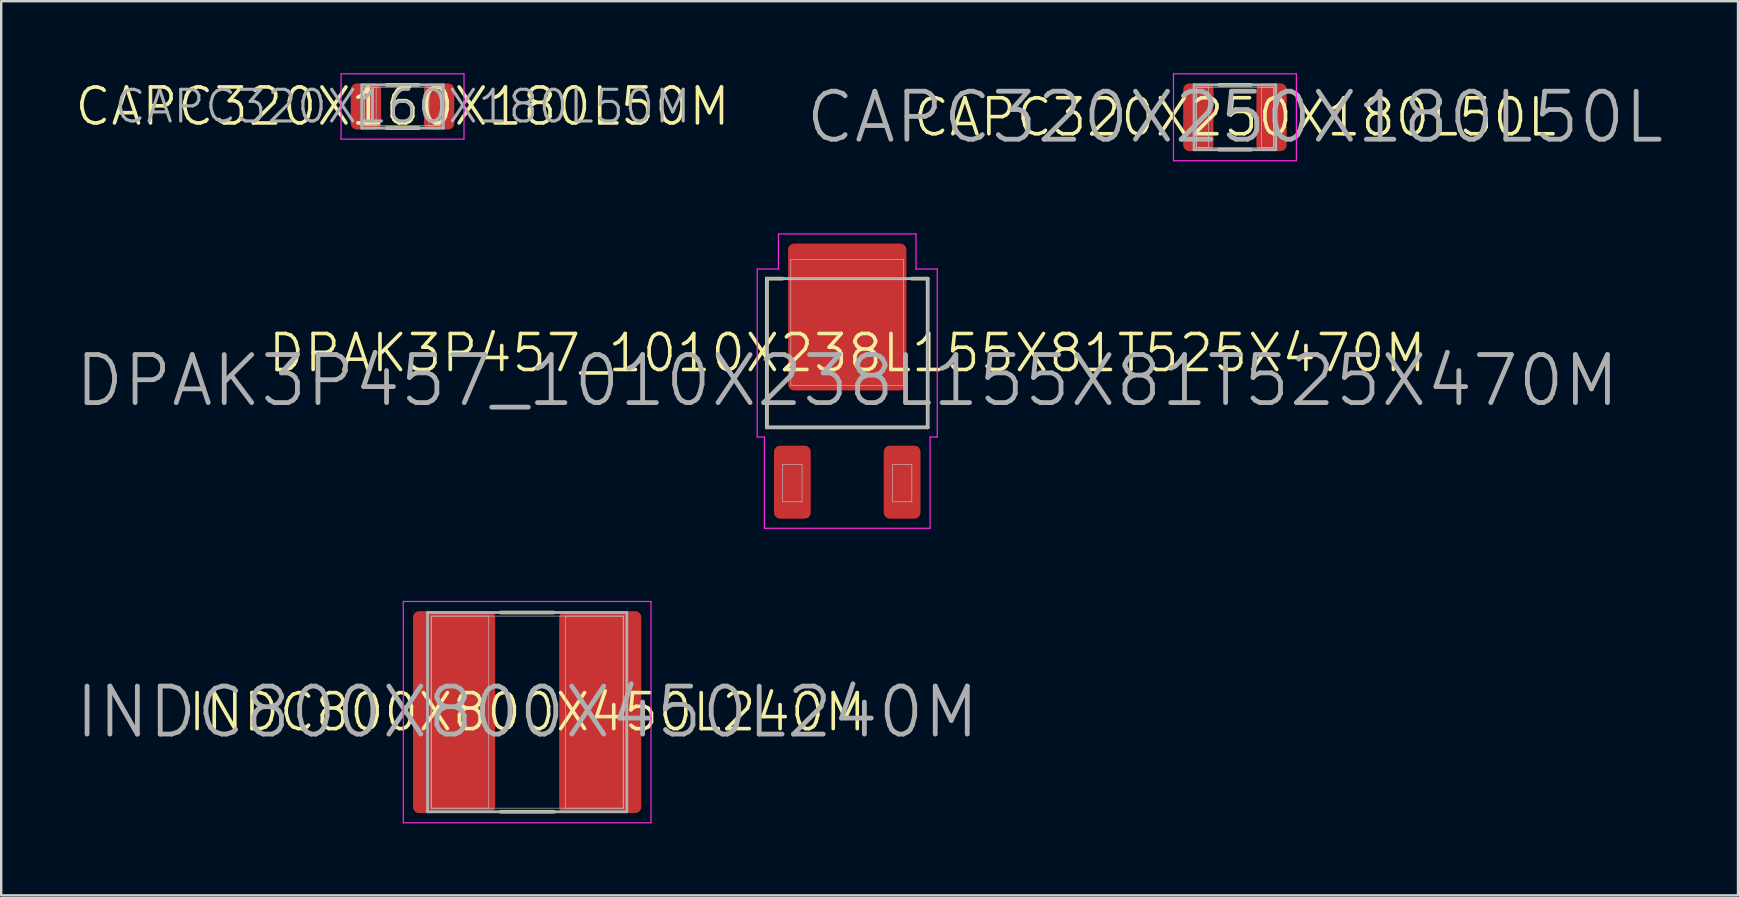
<source format=kicad_pcb>
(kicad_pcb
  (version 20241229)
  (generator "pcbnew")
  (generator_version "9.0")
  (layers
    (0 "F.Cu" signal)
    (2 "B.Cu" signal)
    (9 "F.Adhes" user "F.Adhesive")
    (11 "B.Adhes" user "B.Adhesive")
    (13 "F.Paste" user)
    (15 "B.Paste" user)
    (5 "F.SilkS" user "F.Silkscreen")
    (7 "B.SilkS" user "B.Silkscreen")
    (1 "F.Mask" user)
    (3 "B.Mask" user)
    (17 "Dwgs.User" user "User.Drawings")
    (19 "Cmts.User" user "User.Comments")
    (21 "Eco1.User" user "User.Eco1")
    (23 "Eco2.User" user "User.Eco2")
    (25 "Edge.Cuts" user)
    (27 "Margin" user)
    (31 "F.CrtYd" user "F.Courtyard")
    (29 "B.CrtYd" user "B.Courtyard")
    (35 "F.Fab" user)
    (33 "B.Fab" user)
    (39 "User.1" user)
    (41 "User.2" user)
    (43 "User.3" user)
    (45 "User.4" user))
  (footprint "INDC800X800X450L240M"
    (layer "F.Cu")
    (at 18.91 26.615)
    (property "Reference" "INDC800X800X450L240M" (at 0 0 0) (layer "F.SilkS") (effects (font (size 1.5 1.5) (thickness 0.15))))
    (attr smd)
    (fp_line (start -1.11 -4.15) (end 1.11 -4.15) (stroke (width 0.15) (type solid)) (layer "F.SilkS"))
    (fp_line (start -1.11 4.15) (end 1.11 4.15) (stroke (width 0.15) (type solid)) (layer "F.SilkS"))
    (fp_line (start -4 -4) (end -1.6 -4) (stroke (width 0.025) (type solid)) (layer "Dwgs.User"))
    (fp_line (start -4 -4) (end 4 -4) (stroke (width 0.025) (type solid)) (layer "Dwgs.User"))
    (fp_line (start -4 4) (end -4 -4) (stroke (width 0.025) (type solid)) (layer "Dwgs.User"))
    (fp_line (start -4 4) (end -4 -4) (stroke (width 0.025) (type solid)) (layer "Dwgs.User"))
    (fp_line (start -1.6 -4) (end -1.6 4) (stroke (width 0.025) (type solid)) (layer "Dwgs.User"))
    (fp_line (start -1.6 4) (end -4 4) (stroke (width 0.025) (type solid)) (layer "Dwgs.User"))
    (fp_line (start 1.6 -4) (end 4 -4) (stroke (width 0.025) (type solid)) (layer "Dwgs.User"))
    (fp_line (start 1.6 4) (end 1.6 -4) (stroke (width 0.025) (type solid)) (layer "Dwgs.User"))
    (fp_line (start 4 -4) (end 4 4) (stroke (width 0.025) (type solid)) (layer "Dwgs.User"))
    (fp_line (start 4 -4) (end 4 4) (stroke (width 0.025) (type solid)) (layer "Dwgs.User"))
    (fp_line (start 4 4) (end -4 4) (stroke (width 0.025) (type solid)) (layer "Dwgs.User"))
    (fp_line (start 4 4) (end 1.6 4) (stroke (width 0.025) (type solid)) (layer "Dwgs.User"))
    (fp_line (start -5.16 -4.61) (end 5.16 -4.61) (stroke (width 0.05) (type solid)) (layer "F.CrtYd"))
    (fp_line (start -5.16 4.61) (end -5.16 -4.61) (stroke (width 0.05) (type solid)) (layer "F.CrtYd"))
    (fp_line (start 5.16 -4.61) (end 5.16 4.61) (stroke (width 0.05) (type solid)) (layer "F.CrtYd"))
    (fp_line (start 5.16 4.61) (end -5.16 4.61) (stroke (width 0.05) (type solid)) (layer "F.CrtYd"))
    (fp_line (start -4.15 -4.15) (end 4.15 -4.15) (stroke (width 0.12) (type solid)) (layer "F.Fab"))
    (fp_line (start -4.15 4.15) (end -4.15 -4.15) (stroke (width 0.12) (type solid)) (layer "F.Fab"))
    (fp_line (start 4.15 -4.15) (end 4.15 4.15) (stroke (width 0.12) (type solid)) (layer "F.Fab"))
    (fp_line (start 4.15 4.15) (end -4.15 4.15) (stroke (width 0.12) (type solid)) (layer "F.Fab"))
    (fp_text user "${REFERENCE}" (at 0 0 0) (layer "F.Fab") (effects (font (size 2 2) (thickness 0.2))))
    (pad "1" smd roundrect (at -3.045 0) (size 3.42 8.41) (layers "F.Cu" "F.Mask" "F.Paste") (roundrect_rratio 0.073))
    (pad "2" smd roundrect (at 3.045 0) (size 3.42 8.41) (layers "F.Cu" "F.Mask" "F.Paste") (roundrect_rratio 0.073)))
  (footprint "CAPC320X250X180L50L"
    (layer "F.Cu")
    (at 48.393 1.835)
    (property "Reference" "CAPC320X250X180L50L" (at 0 0 0) (layer "F.SilkS") (effects (font (size 1.5 1.5) (thickness 0.15))))
    (attr smd)
    (fp_line (start -0.67 -1.35) (end 0.67 -1.35) (stroke (width 0.15) (type solid)) (layer "F.SilkS"))
    (fp_line (start -0.67 1.35) (end 0.67 1.35) (stroke (width 0.15) (type solid)) (layer "F.SilkS"))
    (fp_line (start -1.6 -1.25) (end -1.1 -1.25) (stroke (width 0.025) (type solid)) (layer "Dwgs.User"))
    (fp_line (start -1.6 -1.25) (end 1.6 -1.25) (stroke (width 0.025) (type solid)) (layer "Dwgs.User"))
    (fp_line (start -1.6 1.25) (end -1.6 -1.25) (stroke (width 0.025) (type solid)) (layer "Dwgs.User"))
    (fp_line (start -1.6 1.25) (end -1.6 -1.25) (stroke (width 0.025) (type solid)) (layer "Dwgs.User"))
    (fp_line (start -1.1 -1.25) (end -1.1 1.25) (stroke (width 0.025) (type solid)) (layer "Dwgs.User"))
    (fp_line (start -1.1 1.25) (end -1.6 1.25) (stroke (width 0.025) (type solid)) (layer "Dwgs.User"))
    (fp_line (start 1.1 -1.25) (end 1.6 -1.25) (stroke (width 0.025) (type solid)) (layer "Dwgs.User"))
    (fp_line (start 1.1 1.25) (end 1.1 -1.25) (stroke (width 0.025) (type solid)) (layer "Dwgs.User"))
    (fp_line (start 1.6 -1.25) (end 1.6 1.25) (stroke (width 0.025) (type solid)) (layer "Dwgs.User"))
    (fp_line (start 1.6 -1.25) (end 1.6 1.25) (stroke (width 0.025) (type solid)) (layer "Dwgs.User"))
    (fp_line (start 1.6 1.25) (end -1.6 1.25) (stroke (width 0.025) (type solid)) (layer "Dwgs.User"))
    (fp_line (start 1.6 1.25) (end 1.1 1.25) (stroke (width 0.025) (type solid)) (layer "Dwgs.User"))
    (fp_line (start -2.56 -1.81) (end 2.56 -1.81) (stroke (width 0.05) (type solid)) (layer "F.CrtYd"))
    (fp_line (start -2.56 1.81) (end -2.56 -1.81) (stroke (width 0.05) (type solid)) (layer "F.CrtYd"))
    (fp_line (start 2.56 -1.81) (end 2.56 1.81) (stroke (width 0.05) (type solid)) (layer "F.CrtYd"))
    (fp_line (start 2.56 1.81) (end -2.56 1.81) (stroke (width 0.05) (type solid)) (layer "F.CrtYd"))
    (fp_line (start -1.7 -1.35) (end 1.7 -1.35) (stroke (width 0.12) (type solid)) (layer "F.Fab"))
    (fp_line (start -1.7 1.35) (end -1.7 -1.35) (stroke (width 0.12) (type solid)) (layer "F.Fab"))
    (fp_line (start 1.7 -1.35) (end 1.7 1.35) (stroke (width 0.12) (type solid)) (layer "F.Fab"))
    (fp_line (start 1.7 1.35) (end -1.7 1.35) (stroke (width 0.12) (type solid)) (layer "F.Fab"))
    (fp_text user "${REFERENCE}" (at 0 0 0) (layer "F.Fab") (effects (font (size 2 2) (thickness 0.2))))
    (pad "1" smd roundrect (at -1.525 0) (size 1.26 2.82) (layers "F.Cu" "F.Mask" "F.Paste") (roundrect_rratio 0.198))
    (pad "2" smd roundrect (at 1.525 0) (size 1.26 2.82) (layers "F.Cu" "F.Mask" "F.Paste") (roundrect_rratio 0.198)))
  (footprint "CAPC320X160X180L50M"
    (layer "F.Cu")
    (at 13.718 1.385)
    (property "Reference" "CAPC320X160X180L50M" (at 0 0 0) (layer "F.SilkS") (effects (font (size 1.5 1.5) (thickness 0.15))))
    (attr smd)
    (fp_line (start -0.67 -0.9) (end 0.67 -0.9) (stroke (width 0.15) (type solid)) (layer "F.SilkS"))
    (fp_line (start -0.67 0.9) (end 0.67 0.9) (stroke (width 0.15) (type solid)) (layer "F.SilkS"))
    (fp_line (start -1.6 -0.8) (end -1.1 -0.8) (stroke (width 0.025) (type solid)) (layer "Dwgs.User"))
    (fp_line (start -1.6 -0.8) (end 1.6 -0.8) (stroke (width 0.025) (type solid)) (layer "Dwgs.User"))
    (fp_line (start -1.6 0.8) (end -1.6 -0.8) (stroke (width 0.025) (type solid)) (layer "Dwgs.User"))
    (fp_line (start -1.6 0.8) (end -1.6 -0.8) (stroke (width 0.025) (type solid)) (layer "Dwgs.User"))
    (fp_line (start -1.1 -0.8) (end -1.1 0.8) (stroke (width 0.025) (type solid)) (layer "Dwgs.User"))
    (fp_line (start -1.1 0.8) (end -1.6 0.8) (stroke (width 0.025) (type solid)) (layer "Dwgs.User"))
    (fp_line (start 1.1 -0.8) (end 1.6 -0.8) (stroke (width 0.025) (type solid)) (layer "Dwgs.User"))
    (fp_line (start 1.1 0.8) (end 1.1 -0.8) (stroke (width 0.025) (type solid)) (layer "Dwgs.User"))
    (fp_line (start 1.6 -0.8) (end 1.6 0.8) (stroke (width 0.025) (type solid)) (layer "Dwgs.User"))
    (fp_line (start 1.6 -0.8) (end 1.6 0.8) (stroke (width 0.025) (type solid)) (layer "Dwgs.User"))
    (fp_line (start 1.6 0.8) (end -1.6 0.8) (stroke (width 0.025) (type solid)) (layer "Dwgs.User"))
    (fp_line (start 1.6 0.8) (end 1.1 0.8) (stroke (width 0.025) (type solid)) (layer "Dwgs.User"))
    (fp_line (start -2.56 -1.36) (end 2.56 -1.36) (stroke (width 0.05) (type solid)) (layer "F.CrtYd"))
    (fp_line (start -2.56 1.36) (end -2.56 -1.36) (stroke (width 0.05) (type solid)) (layer "F.CrtYd"))
    (fp_line (start 2.56 -1.36) (end 2.56 1.36) (stroke (width 0.05) (type solid)) (layer "F.CrtYd"))
    (fp_line (start 2.56 1.36) (end -2.56 1.36) (stroke (width 0.05) (type solid)) (layer "F.CrtYd"))
    (fp_line (start -1.7 -0.9) (end 1.7 -0.9) (stroke (width 0.12) (type solid)) (layer "F.Fab"))
    (fp_line (start -1.7 0.9) (end -1.7 -0.9) (stroke (width 0.12) (type solid)) (layer "F.Fab"))
    (fp_line (start 1.7 -0.9) (end 1.7 0.9) (stroke (width 0.12) (type solid)) (layer "F.Fab"))
    (fp_line (start 1.7 0.9) (end -1.7 0.9) (stroke (width 0.12) (type solid)) (layer "F.Fab"))
    (fp_text user "${REFERENCE}" (at 0 0 0) (layer "F.Fab") (effects (font (size 1.32 1.32) (thickness 0.13))))
    (pad "1" smd roundrect (at -1.525 0) (size 1.26 1.92) (layers "F.Cu" "F.Mask" "F.Paste") (roundrect_rratio 0.198))
    (pad "2" smd roundrect (at 1.525 0) (size 1.26 1.92) (layers "F.Cu" "F.Mask" "F.Paste") (roundrect_rratio 0.198)))
  (footprint "DPAK3P457_1010X238L155X81T525X470M"
    (layer "F.Cu")
    (at 32.243 12.805)
    (property "Reference" "DPAK3P457_1010X238L155X81T525X470M" (at 0 -1.15 0) (layer "F.SilkS") (effects (font (size 1.5 1.5) (thickness 0.15))))
    (attr smd)
    (fp_line (start -3.35 -4.25) (end -2.69 -4.25) (stroke (width 0.15) (type solid)) (layer "F.SilkS"))
    (fp_line (start -3.35 1.95) (end -3.35 -4.25) (stroke (width 0.15) (type solid)) (layer "F.SilkS"))
    (fp_line (start 2.69 -4.25) (end 3.35 -4.25) (stroke (width 0.15) (type solid)) (layer "F.SilkS"))
    (fp_line (start 3.35 -4.25) (end 3.35 1.95) (stroke (width 0.15) (type solid)) (layer "F.SilkS"))
    (fp_line (start 3.35 1.95) (end -3.35 1.95) (stroke (width 0.15) (type solid)) (layer "F.SilkS"))
    (fp_line (start -3.3 -4.2) (end 3.3 -4.2) (stroke (width 0.025) (type solid)) (layer "Dwgs.User"))
    (fp_line (start -3.3 1.9) (end -3.3 -4.2) (stroke (width 0.025) (type solid)) (layer "Dwgs.User"))
    (fp_line (start -2.691 3.5) (end -1.881 3.5) (stroke (width 0.025) (type solid)) (layer "Dwgs.User"))
    (fp_line (start -2.691 5.05) (end -2.691 3.5) (stroke (width 0.025) (type solid)) (layer "Dwgs.User"))
    (fp_line (start -2.35 -5.05) (end 2.35 -5.05) (stroke (width 0.025) (type solid)) (layer "Dwgs.User"))
    (fp_line (start -2.35 0.2) (end -2.35 -5.05) (stroke (width 0.025) (type solid)) (layer "Dwgs.User"))
    (fp_line (start -1.881 3.5) (end -1.881 5.05) (stroke (width 0.025) (type solid)) (layer "Dwgs.User"))
    (fp_line (start -1.881 5.05) (end -2.691 5.05) (stroke (width 0.025) (type solid)) (layer "Dwgs.User"))
    (fp_line (start 1.881 3.5) (end 2.691 3.5) (stroke (width 0.025) (type solid)) (layer "Dwgs.User"))
    (fp_line (start 1.881 5.05) (end 1.881 3.5) (stroke (width 0.025) (type solid)) (layer "Dwgs.User"))
    (fp_line (start 2.35 -5.05) (end 2.35 0.2) (stroke (width 0.025) (type solid)) (layer "Dwgs.User"))
    (fp_line (start 2.35 0.2) (end -2.35 0.2) (stroke (width 0.025) (type solid)) (layer "Dwgs.User"))
    (fp_line (start 2.691 3.5) (end 2.691 5.05) (stroke (width 0.025) (type solid)) (layer "Dwgs.User"))
    (fp_line (start 2.691 5.05) (end 1.881 5.05) (stroke (width 0.025) (type solid)) (layer "Dwgs.User"))
    (fp_line (start 3.3 -4.2) (end 3.3 1.9) (stroke (width 0.025) (type solid)) (layer "Dwgs.User"))
    (fp_line (start 3.3 1.9) (end -3.3 1.9) (stroke (width 0.025) (type solid)) (layer "Dwgs.User"))
    (fp_line (start -3.75 -4.65) (end -3.75 2.35) (stroke (width 0.05) (type solid)) (layer "F.CrtYd"))
    (fp_line (start -3.75 2.35) (end -3.451 2.35) (stroke (width 0.05) (type solid)) (layer "F.CrtYd"))
    (fp_line (start -3.451 2.35) (end -3.451 6.15) (stroke (width 0.05) (type solid)) (layer "F.CrtYd"))
    (fp_line (start -3.451 6.15) (end 3.451 6.15) (stroke (width 0.05) (type solid)) (layer "F.CrtYd"))
    (fp_line (start -2.865 -6.11) (end -2.865 -4.65) (stroke (width 0.05) (type solid)) (layer "F.CrtYd"))
    (fp_line (start -2.865 -4.65) (end -3.75 -4.65) (stroke (width 0.05) (type solid)) (layer "F.CrtYd"))
    (fp_line (start 2.865 -6.11) (end -2.865 -6.11) (stroke (width 0.05) (type solid)) (layer "F.CrtYd"))
    (fp_line (start 2.865 -4.65) (end 2.865 -6.11) (stroke (width 0.05) (type solid)) (layer "F.CrtYd"))
    (fp_line (start 3.451 2.35) (end 3.75 2.35) (stroke (width 0.05) (type solid)) (layer "F.CrtYd"))
    (fp_line (start 3.451 6.15) (end 3.451 2.35) (stroke (width 0.05) (type solid)) (layer "F.CrtYd"))
    (fp_line (start 3.75 -4.65) (end 2.865 -4.65) (stroke (width 0.05) (type solid)) (layer "F.CrtYd"))
    (fp_line (start 3.75 2.35) (end 3.75 -4.65) (stroke (width 0.05) (type solid)) (layer "F.CrtYd"))
    (fp_line (start -3.35 -4.25) (end 3.35 -4.25) (stroke (width 0.12) (type solid)) (layer "F.Fab"))
    (fp_line (start -3.35 1.95) (end -3.35 -4.25) (stroke (width 0.12) (type solid)) (layer "F.Fab"))
    (fp_line (start 3.35 -4.25) (end 3.35 1.95) (stroke (width 0.12) (type solid)) (layer "F.Fab"))
    (fp_line (start 3.35 1.95) (end -3.35 1.95) (stroke (width 0.12) (type solid)) (layer "F.Fab"))
    (fp_text user "${REFERENCE}" (at 0 0 0) (layer "F.Fab") (effects (font (size 2 2) (thickness 0.2))))
    (pad "" smd roundrect (at -1.235 -4.69 90) (size 1.51 1.67) (layers "F.Paste") (roundrect_rratio 0.25))
    (pad "" smd roundrect (at -1.235 -2.65 90) (size 1.51 1.67) (layers "F.Paste") (roundrect_rratio 0.25))
    (pad "" smd roundrect (at -1.235 -0.61 90) (size 1.51 1.67) (layers "F.Paste") (roundrect_rratio 0.25))
    (pad "" smd roundrect (at 1.235 -4.69 90) (size 1.51 1.67) (layers "F.Paste") (roundrect_rratio 0.25))
    (pad "" smd roundrect (at 1.235 -2.65 90) (size 1.51 1.67) (layers "F.Paste") (roundrect_rratio 0.25))
    (pad "" smd roundrect (at 1.235 -0.61 90) (size 1.51 1.67) (layers "F.Paste") (roundrect_rratio 0.25))
    (pad "1" smd roundrect (at -2.286 4.23 90) (size 3.04 1.53) (layers "F.Cu" "F.Mask" "F.Paste") (roundrect_rratio 0.163))
    (pad "2" smd roundrect (at 0 -2.65 90) (size 6.12 4.93) (layers "F.Cu" "F.Mask") (roundrect_rratio 0.051))
    (pad "3" smd roundrect (at 2.286 4.23 90) (size 3.04 1.53) (layers "F.Cu" "F.Mask" "F.Paste") (roundrect_rratio 0.163)))
  (gr_rect
    (start -3 -3)
    (end 69.35 34.25)
    (stroke (width 0.1) (type default))
    (fill no)
    (layer "Edge.Cuts")))
</source>
